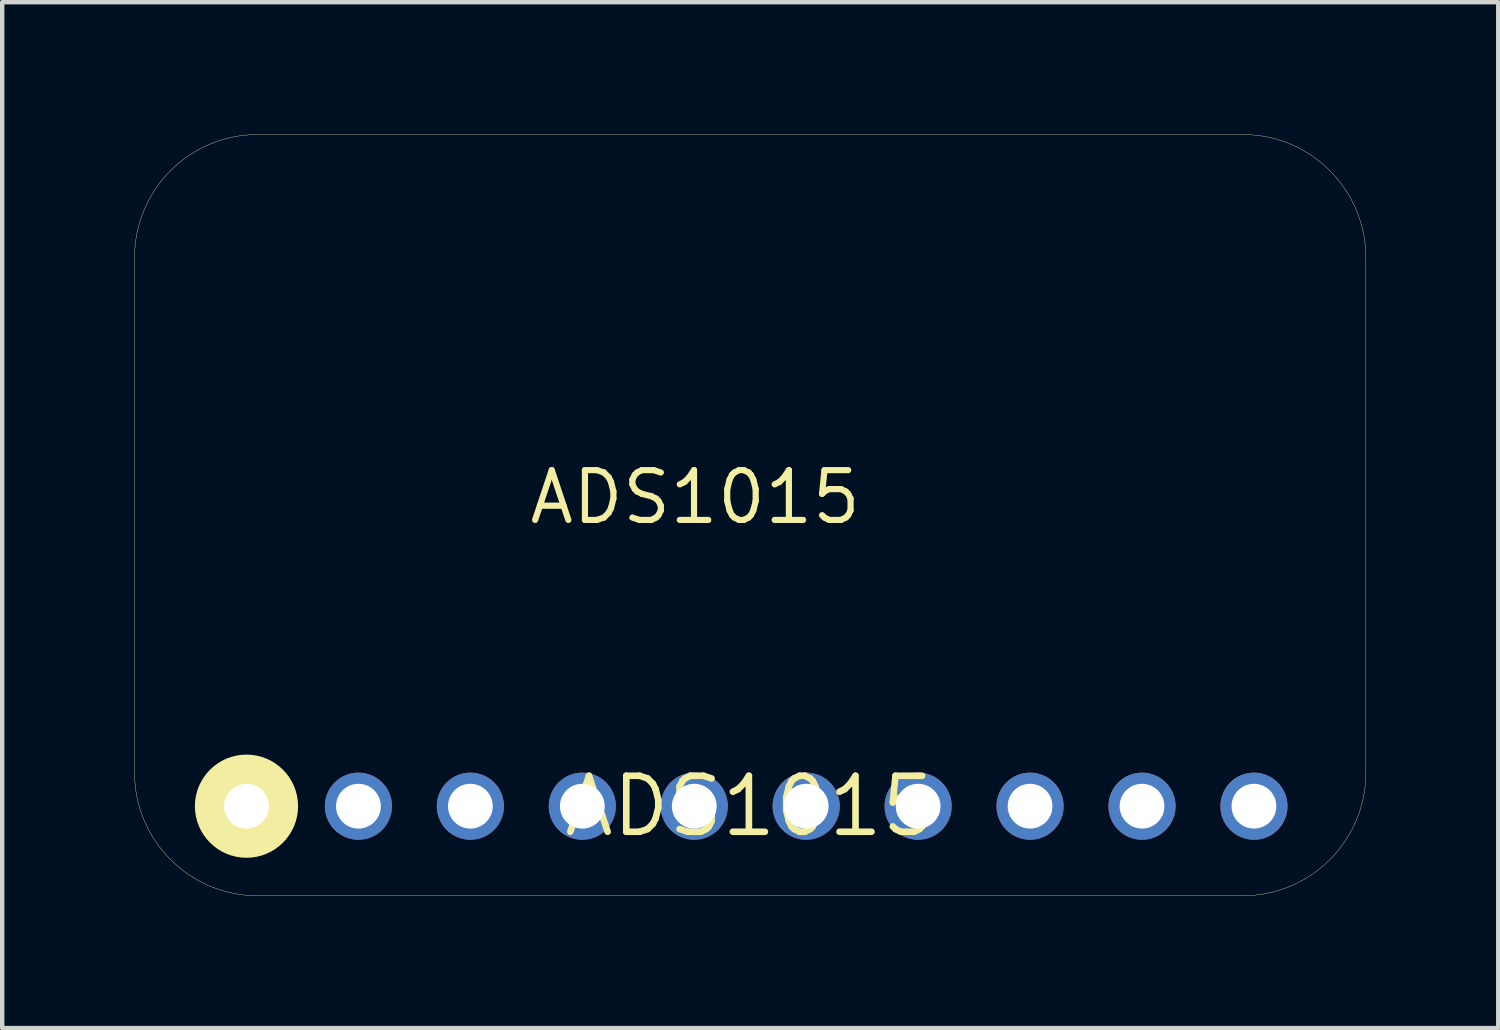
<source format=kicad_pcb>
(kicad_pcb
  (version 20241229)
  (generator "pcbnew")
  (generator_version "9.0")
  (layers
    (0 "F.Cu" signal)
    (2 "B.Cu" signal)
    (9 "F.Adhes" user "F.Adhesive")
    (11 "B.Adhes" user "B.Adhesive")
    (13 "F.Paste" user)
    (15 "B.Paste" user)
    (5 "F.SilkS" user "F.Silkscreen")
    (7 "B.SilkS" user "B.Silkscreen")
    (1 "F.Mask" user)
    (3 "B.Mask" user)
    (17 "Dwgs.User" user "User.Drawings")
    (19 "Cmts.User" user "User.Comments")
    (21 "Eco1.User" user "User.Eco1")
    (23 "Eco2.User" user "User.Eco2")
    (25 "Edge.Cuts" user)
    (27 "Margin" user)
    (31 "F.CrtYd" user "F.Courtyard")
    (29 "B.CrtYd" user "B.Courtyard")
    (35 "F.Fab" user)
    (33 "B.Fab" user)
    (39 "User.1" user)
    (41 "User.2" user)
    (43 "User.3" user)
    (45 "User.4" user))
  (footprint "ADS1015"
    (layer "F.Cu")
    (at 13.973 15.243)
    (property "Reference" "ADS1015" (at 0 0 0) (layer "F.SilkS") (effects (font (size 1.27 1.27) (thickness 0.15))))
    (fp_line (start -13.97 -12.446) (end -13.97 -0.762) (stroke (width 0.006) (type solid)) (layer "F.SilkS"))
    (fp_line (start -11.176 2.032) (end 11.176 2.032) (stroke (width 0.006) (type solid)) (layer "F.SilkS"))
    (fp_line (start 11.176 -15.24) (end -11.176 -15.24) (stroke (width 0.006) (type solid)) (layer "F.SilkS"))
    (fp_line (start 13.97 -0.762) (end 13.97 -12.446) (stroke (width 0.006) (type solid)) (layer "F.SilkS"))
    (fp_arc (start -13.97 -12.446) (mid -13.151656 -14.421656) (end -11.176 -15.24) (stroke (width 0.00635) (type solid)) (layer "F.SilkS"))
    (fp_arc (start -11.176 2.032) (mid -13.151656 1.213656) (end -13.97 -0.762) (stroke (width 0.00635) (type solid)) (layer "F.SilkS"))
    (fp_arc (start 11.176 -15.24) (mid 13.151656 -14.421656) (end 13.97 -12.446) (stroke (width 0.00635) (type solid)) (layer "F.SilkS"))
    (fp_arc (start 13.97 -0.762) (mid 13.151656 1.213656) (end 11.176 2.032) (stroke (width 0.00635) (type solid)) (layer "F.SilkS"))
    (fp_circle (center -11.43 0) (end -10.845 0) (stroke (width 1.171) (type solid)) (fill yes) (layer "F.SilkS"))
    (fp_line (start -13.97 -12.446) (end -13.97 -0.762) (stroke (width 0.003) (type solid)) (layer "F.Fab"))
    (fp_line (start -11.176 2.032) (end 11.176 2.032) (stroke (width 0.003) (type solid)) (layer "F.Fab"))
    (fp_line (start 11.176 -15.24) (end -11.176 -15.24) (stroke (width 0.003) (type solid)) (layer "F.Fab"))
    (fp_line (start 13.97 -0.762) (end 13.97 -12.446) (stroke (width 0.003) (type solid)) (layer "F.Fab"))
    (fp_arc (start -13.97 -12.446) (mid -13.151656 -14.421656) (end -11.176 -15.24) (stroke (width 0.003225) (type solid)) (layer "F.Fab"))
    (fp_arc (start -11.176 2.032) (mid -13.151656 1.213656) (end -13.97 -0.762) (stroke (width 0.003225) (type solid)) (layer "F.Fab"))
    (fp_arc (start 11.176 -15.24) (mid 13.151656 -14.421656) (end 13.97 -12.446) (stroke (width 0.003225) (type solid)) (layer "F.Fab"))
    (fp_arc (start 13.97 -0.762) (mid 13.151656 1.213656) (end 11.176 2.032) (stroke (width 0.003225) (type solid)) (layer "F.Fab"))
    (fp_text user "ADS1015" (at -5.08 -6.35 0) (layer "F.SilkS") (effects (font (size 1.13 1.13) (thickness 0.14)) (justify left bottom)))
    (pad "P$1" thru_hole circle (at -11.43 0) (size 1.524 1.524) (drill 1.016) (layers "*.Cu" "*.Mask"))
    (pad "P$2" thru_hole circle (at -8.89 0) (size 1.524 1.524) (drill 1.016) (layers "*.Cu" "*.Mask"))
    (pad "P$3" thru_hole circle (at -6.35 0) (size 1.524 1.524) (drill 1.016) (layers "*.Cu" "*.Mask"))
    (pad "P$4" thru_hole circle (at -3.81 0) (size 1.524 1.524) (drill 1.016) (layers "*.Cu" "*.Mask"))
    (pad "P$5" thru_hole circle (at -1.27 0) (size 1.524 1.524) (drill 1.016) (layers "*.Cu" "*.Mask"))
    (pad "P$6" thru_hole circle (at 1.27 0) (size 1.524 1.524) (drill 1.016) (layers "*.Cu" "*.Mask"))
    (pad "P$7" thru_hole circle (at 3.81 0) (size 1.524 1.524) (drill 1.016) (layers "*.Cu" "*.Mask"))
    (pad "P$8" thru_hole circle (at 6.35 0) (size 1.524 1.524) (drill 1.016) (layers "*.Cu" "*.Mask"))
    (pad "P$9" thru_hole circle (at 8.89 0) (size 1.524 1.524) (drill 1.016) (layers "*.Cu" "*.Mask"))
    (pad "P$10" thru_hole circle (at 11.43 0) (size 1.524 1.524) (drill 1.016) (layers "*.Cu" "*.Mask")))
  (gr_rect
    (start -3 -3)
    (end 30.946 20.278)
    (stroke (width 0.1) (type default))
    (fill no)
    (layer "Edge.Cuts")))
</source>
